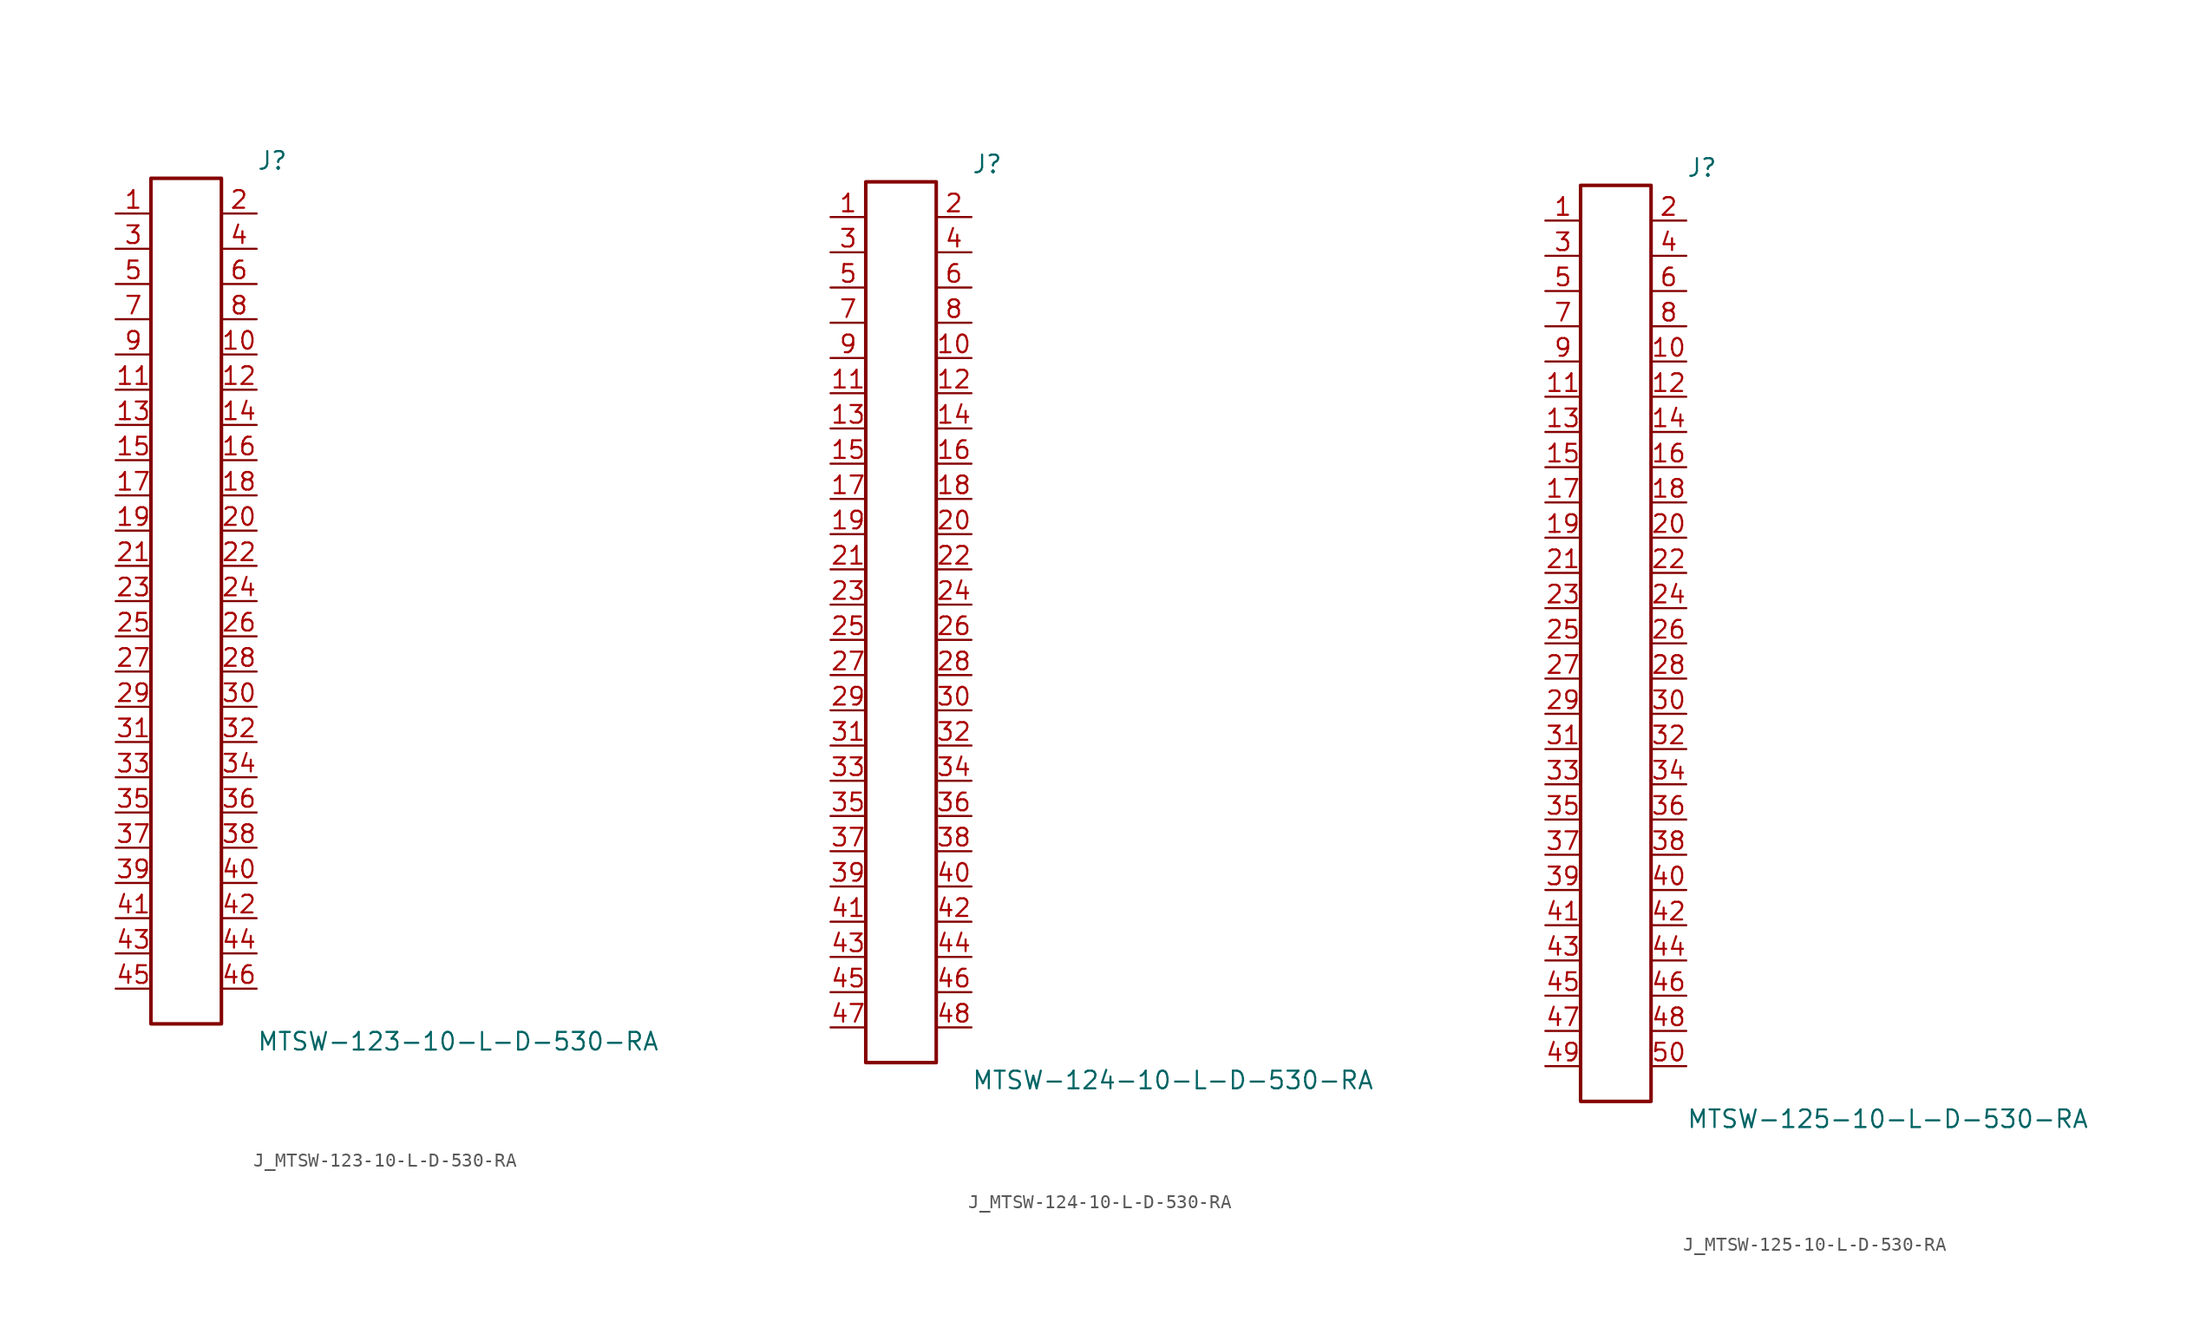
<source format=kicad_sym>
(kicad_symbol_lib
  (version 20231120)
  (generator kicad_symbol_editor)
  (generator_version 8.0)
  (symbol "J_MTSW-123-10-L-D-530-RA"
    (pin_names
      (offset 0.254))
    (property "Reference" "J"
      (at 5.08 31.75 0)
      (effects (font (size 1.27 1.27)) (justify left)))
    (property "Value" "MTSW-123-10-L-D-530-RA"
      (at 5.08 -31.75 0)
      (effects (font (size 1.27 1.27)) (justify left)))
    (symbol "J_MTSW-123-10-L-D-530-RA_0_0"
      (pin passive line (at -5.08 27.94 0) (length 2.54) (name "" (effects (font (size 1.27 1.27)))) (number "1" (effects (font (size 1.27 1.27)))))
      (pin passive line (at 5.08 27.94 180) (length 2.54) (name "" (effects (font (size 1.27 1.27)))) (number "2" (effects (font (size 1.27 1.27)))))
      (pin passive line (at -5.08 25.4 0) (length 2.54) (name "" (effects (font (size 1.27 1.27)))) (number "3" (effects (font (size 1.27 1.27)))))
      (pin passive line (at 5.08 25.4 180) (length 2.54) (name "" (effects (font (size 1.27 1.27)))) (number "4" (effects (font (size 1.27 1.27)))))
      (pin passive line (at -5.08 22.86 0) (length 2.54) (name "" (effects (font (size 1.27 1.27)))) (number "5" (effects (font (size 1.27 1.27)))))
      (pin passive line (at 5.08 22.86 180) (length 2.54) (name "" (effects (font (size 1.27 1.27)))) (number "6" (effects (font (size 1.27 1.27)))))
      (pin passive line (at -5.08 20.32 0) (length 2.54) (name "" (effects (font (size 1.27 1.27)))) (number "7" (effects (font (size 1.27 1.27)))))
      (pin passive line (at 5.08 20.32 180) (length 2.54) (name "" (effects (font (size 1.27 1.27)))) (number "8" (effects (font (size 1.27 1.27)))))
      (pin passive line (at -5.08 17.78 0) (length 2.54) (name "" (effects (font (size 1.27 1.27)))) (number "9" (effects (font (size 1.27 1.27)))))
      (pin passive line (at 5.08 17.78 180) (length 2.54) (name "" (effects (font (size 1.27 1.27)))) (number "10" (effects (font (size 1.27 1.27)))))
      (pin passive line (at -5.08 15.24 0) (length 2.54) (name "" (effects (font (size 1.27 1.27)))) (number "11" (effects (font (size 1.27 1.27)))))
      (pin passive line (at 5.08 15.24 180) (length 2.54) (name "" (effects (font (size 1.27 1.27)))) (number "12" (effects (font (size 1.27 1.27)))))
      (pin passive line (at -5.08 12.7 0) (length 2.54) (name "" (effects (font (size 1.27 1.27)))) (number "13" (effects (font (size 1.27 1.27)))))
      (pin passive line (at 5.08 12.7 180) (length 2.54) (name "" (effects (font (size 1.27 1.27)))) (number "14" (effects (font (size 1.27 1.27)))))
      (pin passive line (at -5.08 10.16 0) (length 2.54) (name "" (effects (font (size 1.27 1.27)))) (number "15" (effects (font (size 1.27 1.27)))))
      (pin passive line (at 5.08 10.16 180) (length 2.54) (name "" (effects (font (size 1.27 1.27)))) (number "16" (effects (font (size 1.27 1.27)))))
      (pin passive line (at -5.08 7.62 0) (length 2.54) (name "" (effects (font (size 1.27 1.27)))) (number "17" (effects (font (size 1.27 1.27)))))
      (pin passive line (at 5.08 7.62 180) (length 2.54) (name "" (effects (font (size 1.27 1.27)))) (number "18" (effects (font (size 1.27 1.27)))))
      (pin passive line (at -5.08 5.08 0) (length 2.54) (name "" (effects (font (size 1.27 1.27)))) (number "19" (effects (font (size 1.27 1.27)))))
      (pin passive line (at 5.08 5.08 180) (length 2.54) (name "" (effects (font (size 1.27 1.27)))) (number "20" (effects (font (size 1.27 1.27)))))
      (pin passive line (at -5.08 2.54 0) (length 2.54) (name "" (effects (font (size 1.27 1.27)))) (number "21" (effects (font (size 1.27 1.27)))))
      (pin passive line (at 5.08 2.54 180) (length 2.54) (name "" (effects (font (size 1.27 1.27)))) (number "22" (effects (font (size 1.27 1.27)))))
      (pin passive line (at -5.08 0.0 0) (length 2.54) (name "" (effects (font (size 1.27 1.27)))) (number "23" (effects (font (size 1.27 1.27)))))
      (pin passive line (at 5.08 0.0 180) (length 2.54) (name "" (effects (font (size 1.27 1.27)))) (number "24" (effects (font (size 1.27 1.27)))))
      (pin passive line (at -5.08 -2.54 0) (length 2.54) (name "" (effects (font (size 1.27 1.27)))) (number "25" (effects (font (size 1.27 1.27)))))
      (pin passive line (at 5.08 -2.54 180) (length 2.54) (name "" (effects (font (size 1.27 1.27)))) (number "26" (effects (font (size 1.27 1.27)))))
      (pin passive line (at -5.08 -5.08 0) (length 2.54) (name "" (effects (font (size 1.27 1.27)))) (number "27" (effects (font (size 1.27 1.27)))))
      (pin passive line (at 5.08 -5.08 180) (length 2.54) (name "" (effects (font (size 1.27 1.27)))) (number "28" (effects (font (size 1.27 1.27)))))
      (pin passive line (at -5.08 -7.62 0) (length 2.54) (name "" (effects (font (size 1.27 1.27)))) (number "29" (effects (font (size 1.27 1.27)))))
      (pin passive line (at 5.08 -7.62 180) (length 2.54) (name "" (effects (font (size 1.27 1.27)))) (number "30" (effects (font (size 1.27 1.27)))))
      (pin passive line (at -5.08 -10.16 0) (length 2.54) (name "" (effects (font (size 1.27 1.27)))) (number "31" (effects (font (size 1.27 1.27)))))
      (pin passive line (at 5.08 -10.16 180) (length 2.54) (name "" (effects (font (size 1.27 1.27)))) (number "32" (effects (font (size 1.27 1.27)))))
      (pin passive line (at -5.08 -12.7 0) (length 2.54) (name "" (effects (font (size 1.27 1.27)))) (number "33" (effects (font (size 1.27 1.27)))))
      (pin passive line (at 5.08 -12.7 180) (length 2.54) (name "" (effects (font (size 1.27 1.27)))) (number "34" (effects (font (size 1.27 1.27)))))
      (pin passive line (at -5.08 -15.24 0) (length 2.54) (name "" (effects (font (size 1.27 1.27)))) (number "35" (effects (font (size 1.27 1.27)))))
      (pin passive line (at 5.08 -15.24 180) (length 2.54) (name "" (effects (font (size 1.27 1.27)))) (number "36" (effects (font (size 1.27 1.27)))))
      (pin passive line (at -5.08 -17.78 0) (length 2.54) (name "" (effects (font (size 1.27 1.27)))) (number "37" (effects (font (size 1.27 1.27)))))
      (pin passive line (at 5.08 -17.78 180) (length 2.54) (name "" (effects (font (size 1.27 1.27)))) (number "38" (effects (font (size 1.27 1.27)))))
      (pin passive line (at -5.08 -20.32 0) (length 2.54) (name "" (effects (font (size 1.27 1.27)))) (number "39" (effects (font (size 1.27 1.27)))))
      (pin passive line (at 5.08 -20.32 180) (length 2.54) (name "" (effects (font (size 1.27 1.27)))) (number "40" (effects (font (size 1.27 1.27)))))
      (pin passive line (at -5.08 -22.86 0) (length 2.54) (name "" (effects (font (size 1.27 1.27)))) (number "41" (effects (font (size 1.27 1.27)))))
      (pin passive line (at 5.08 -22.86 180) (length 2.54) (name "" (effects (font (size 1.27 1.27)))) (number "42" (effects (font (size 1.27 1.27)))))
      (pin passive line (at -5.08 -25.4 0) (length 2.54) (name "" (effects (font (size 1.27 1.27)))) (number "43" (effects (font (size 1.27 1.27)))))
      (pin passive line (at 5.08 -25.4 180) (length 2.54) (name "" (effects (font (size 1.27 1.27)))) (number "44" (effects (font (size 1.27 1.27)))))
      (pin passive line (at -5.08 -27.94 0) (length 2.54) (name "" (effects (font (size 1.27 1.27)))) (number "45" (effects (font (size 1.27 1.27)))))
      (pin passive line (at 5.08 -27.94 180) (length 2.54) (name "" (effects (font (size 1.27 1.27)))) (number "46" (effects (font (size 1.27 1.27))))))
    (symbol "J_MTSW-123-10-L-D-530-RA_1_0"
      (rectangle (start -2.54 30.48) (end 2.54 -30.48) (stroke (width 0.254) (type solid)) (fill (type none)))))
  (symbol "J_MTSW-124-10-L-D-530-RA"
    (pin_names
      (offset 0.254))
    (property "Reference" "J"
      (at 5.08 33.02 0)
      (effects (font (size 1.27 1.27)) (justify left)))
    (property "Value" "MTSW-124-10-L-D-530-RA"
      (at 5.08 -33.02 0)
      (effects (font (size 1.27 1.27)) (justify left)))
    (symbol "J_MTSW-124-10-L-D-530-RA_0_0"
      (pin passive line (at -5.08 29.21 0) (length 2.54) (name "" (effects (font (size 1.27 1.27)))) (number "1" (effects (font (size 1.27 1.27)))))
      (pin passive line (at 5.08 29.21 180) (length 2.54) (name "" (effects (font (size 1.27 1.27)))) (number "2" (effects (font (size 1.27 1.27)))))
      (pin passive line (at -5.08 26.67 0) (length 2.54) (name "" (effects (font (size 1.27 1.27)))) (number "3" (effects (font (size 1.27 1.27)))))
      (pin passive line (at 5.08 26.67 180) (length 2.54) (name "" (effects (font (size 1.27 1.27)))) (number "4" (effects (font (size 1.27 1.27)))))
      (pin passive line (at -5.08 24.13 0) (length 2.54) (name "" (effects (font (size 1.27 1.27)))) (number "5" (effects (font (size 1.27 1.27)))))
      (pin passive line (at 5.08 24.13 180) (length 2.54) (name "" (effects (font (size 1.27 1.27)))) (number "6" (effects (font (size 1.27 1.27)))))
      (pin passive line (at -5.08 21.59 0) (length 2.54) (name "" (effects (font (size 1.27 1.27)))) (number "7" (effects (font (size 1.27 1.27)))))
      (pin passive line (at 5.08 21.59 180) (length 2.54) (name "" (effects (font (size 1.27 1.27)))) (number "8" (effects (font (size 1.27 1.27)))))
      (pin passive line (at -5.08 19.05 0) (length 2.54) (name "" (effects (font (size 1.27 1.27)))) (number "9" (effects (font (size 1.27 1.27)))))
      (pin passive line (at 5.08 19.05 180) (length 2.54) (name "" (effects (font (size 1.27 1.27)))) (number "10" (effects (font (size 1.27 1.27)))))
      (pin passive line (at -5.08 16.51 0) (length 2.54) (name "" (effects (font (size 1.27 1.27)))) (number "11" (effects (font (size 1.27 1.27)))))
      (pin passive line (at 5.08 16.51 180) (length 2.54) (name "" (effects (font (size 1.27 1.27)))) (number "12" (effects (font (size 1.27 1.27)))))
      (pin passive line (at -5.08 13.97 0) (length 2.54) (name "" (effects (font (size 1.27 1.27)))) (number "13" (effects (font (size 1.27 1.27)))))
      (pin passive line (at 5.08 13.97 180) (length 2.54) (name "" (effects (font (size 1.27 1.27)))) (number "14" (effects (font (size 1.27 1.27)))))
      (pin passive line (at -5.08 11.43 0) (length 2.54) (name "" (effects (font (size 1.27 1.27)))) (number "15" (effects (font (size 1.27 1.27)))))
      (pin passive line (at 5.08 11.43 180) (length 2.54) (name "" (effects (font (size 1.27 1.27)))) (number "16" (effects (font (size 1.27 1.27)))))
      (pin passive line (at -5.08 8.89 0) (length 2.54) (name "" (effects (font (size 1.27 1.27)))) (number "17" (effects (font (size 1.27 1.27)))))
      (pin passive line (at 5.08 8.89 180) (length 2.54) (name "" (effects (font (size 1.27 1.27)))) (number "18" (effects (font (size 1.27 1.27)))))
      (pin passive line (at -5.08 6.35 0) (length 2.54) (name "" (effects (font (size 1.27 1.27)))) (number "19" (effects (font (size 1.27 1.27)))))
      (pin passive line (at 5.08 6.35 180) (length 2.54) (name "" (effects (font (size 1.27 1.27)))) (number "20" (effects (font (size 1.27 1.27)))))
      (pin passive line (at -5.08 3.81 0) (length 2.54) (name "" (effects (font (size 1.27 1.27)))) (number "21" (effects (font (size 1.27 1.27)))))
      (pin passive line (at 5.08 3.81 180) (length 2.54) (name "" (effects (font (size 1.27 1.27)))) (number "22" (effects (font (size 1.27 1.27)))))
      (pin passive line (at -5.08 1.27 0) (length 2.54) (name "" (effects (font (size 1.27 1.27)))) (number "23" (effects (font (size 1.27 1.27)))))
      (pin passive line (at 5.08 1.27 180) (length 2.54) (name "" (effects (font (size 1.27 1.27)))) (number "24" (effects (font (size 1.27 1.27)))))
      (pin passive line (at -5.08 -1.27 0) (length 2.54) (name "" (effects (font (size 1.27 1.27)))) (number "25" (effects (font (size 1.27 1.27)))))
      (pin passive line (at 5.08 -1.27 180) (length 2.54) (name "" (effects (font (size 1.27 1.27)))) (number "26" (effects (font (size 1.27 1.27)))))
      (pin passive line (at -5.08 -3.81 0) (length 2.54) (name "" (effects (font (size 1.27 1.27)))) (number "27" (effects (font (size 1.27 1.27)))))
      (pin passive line (at 5.08 -3.81 180) (length 2.54) (name "" (effects (font (size 1.27 1.27)))) (number "28" (effects (font (size 1.27 1.27)))))
      (pin passive line (at -5.08 -6.35 0) (length 2.54) (name "" (effects (font (size 1.27 1.27)))) (number "29" (effects (font (size 1.27 1.27)))))
      (pin passive line (at 5.08 -6.35 180) (length 2.54) (name "" (effects (font (size 1.27 1.27)))) (number "30" (effects (font (size 1.27 1.27)))))
      (pin passive line (at -5.08 -8.89 0) (length 2.54) (name "" (effects (font (size 1.27 1.27)))) (number "31" (effects (font (size 1.27 1.27)))))
      (pin passive line (at 5.08 -8.89 180) (length 2.54) (name "" (effects (font (size 1.27 1.27)))) (number "32" (effects (font (size 1.27 1.27)))))
      (pin passive line (at -5.08 -11.43 0) (length 2.54) (name "" (effects (font (size 1.27 1.27)))) (number "33" (effects (font (size 1.27 1.27)))))
      (pin passive line (at 5.08 -11.43 180) (length 2.54) (name "" (effects (font (size 1.27 1.27)))) (number "34" (effects (font (size 1.27 1.27)))))
      (pin passive line (at -5.08 -13.97 0) (length 2.54) (name "" (effects (font (size 1.27 1.27)))) (number "35" (effects (font (size 1.27 1.27)))))
      (pin passive line (at 5.08 -13.97 180) (length 2.54) (name "" (effects (font (size 1.27 1.27)))) (number "36" (effects (font (size 1.27 1.27)))))
      (pin passive line (at -5.08 -16.51 0) (length 2.54) (name "" (effects (font (size 1.27 1.27)))) (number "37" (effects (font (size 1.27 1.27)))))
      (pin passive line (at 5.08 -16.51 180) (length 2.54) (name "" (effects (font (size 1.27 1.27)))) (number "38" (effects (font (size 1.27 1.27)))))
      (pin passive line (at -5.08 -19.05 0) (length 2.54) (name "" (effects (font (size 1.27 1.27)))) (number "39" (effects (font (size 1.27 1.27)))))
      (pin passive line (at 5.08 -19.05 180) (length 2.54) (name "" (effects (font (size 1.27 1.27)))) (number "40" (effects (font (size 1.27 1.27)))))
      (pin passive line (at -5.08 -21.59 0) (length 2.54) (name "" (effects (font (size 1.27 1.27)))) (number "41" (effects (font (size 1.27 1.27)))))
      (pin passive line (at 5.08 -21.59 180) (length 2.54) (name "" (effects (font (size 1.27 1.27)))) (number "42" (effects (font (size 1.27 1.27)))))
      (pin passive line (at -5.08 -24.13 0) (length 2.54) (name "" (effects (font (size 1.27 1.27)))) (number "43" (effects (font (size 1.27 1.27)))))
      (pin passive line (at 5.08 -24.13 180) (length 2.54) (name "" (effects (font (size 1.27 1.27)))) (number "44" (effects (font (size 1.27 1.27)))))
      (pin passive line (at -5.08 -26.67 0) (length 2.54) (name "" (effects (font (size 1.27 1.27)))) (number "45" (effects (font (size 1.27 1.27)))))
      (pin passive line (at 5.08 -26.67 180) (length 2.54) (name "" (effects (font (size 1.27 1.27)))) (number "46" (effects (font (size 1.27 1.27)))))
      (pin passive line (at -5.08 -29.21 0) (length 2.54) (name "" (effects (font (size 1.27 1.27)))) (number "47" (effects (font (size 1.27 1.27)))))
      (pin passive line (at 5.08 -29.21 180) (length 2.54) (name "" (effects (font (size 1.27 1.27)))) (number "48" (effects (font (size 1.27 1.27))))))
    (symbol "J_MTSW-124-10-L-D-530-RA_1_0"
      (rectangle (start -2.54 31.75) (end 2.54 -31.75) (stroke (width 0.254) (type solid)) (fill (type none)))))
  (symbol "J_MTSW-125-10-L-D-530-RA"
    (pin_names
      (offset 0.254))
    (property "Reference" "J"
      (at 5.08 34.29 0)
      (effects (font (size 1.27 1.27)) (justify left)))
    (property "Value" "MTSW-125-10-L-D-530-RA"
      (at 5.08 -34.29 0)
      (effects (font (size 1.27 1.27)) (justify left)))
    (symbol "J_MTSW-125-10-L-D-530-RA_0_0"
      (pin passive line (at -5.08 30.48 0) (length 2.54) (name "" (effects (font (size 1.27 1.27)))) (number "1" (effects (font (size 1.27 1.27)))))
      (pin passive line (at 5.08 30.48 180) (length 2.54) (name "" (effects (font (size 1.27 1.27)))) (number "2" (effects (font (size 1.27 1.27)))))
      (pin passive line (at -5.08 27.94 0) (length 2.54) (name "" (effects (font (size 1.27 1.27)))) (number "3" (effects (font (size 1.27 1.27)))))
      (pin passive line (at 5.08 27.94 180) (length 2.54) (name "" (effects (font (size 1.27 1.27)))) (number "4" (effects (font (size 1.27 1.27)))))
      (pin passive line (at -5.08 25.4 0) (length 2.54) (name "" (effects (font (size 1.27 1.27)))) (number "5" (effects (font (size 1.27 1.27)))))
      (pin passive line (at 5.08 25.4 180) (length 2.54) (name "" (effects (font (size 1.27 1.27)))) (number "6" (effects (font (size 1.27 1.27)))))
      (pin passive line (at -5.08 22.86 0) (length 2.54) (name "" (effects (font (size 1.27 1.27)))) (number "7" (effects (font (size 1.27 1.27)))))
      (pin passive line (at 5.08 22.86 180) (length 2.54) (name "" (effects (font (size 1.27 1.27)))) (number "8" (effects (font (size 1.27 1.27)))))
      (pin passive line (at -5.08 20.32 0) (length 2.54) (name "" (effects (font (size 1.27 1.27)))) (number "9" (effects (font (size 1.27 1.27)))))
      (pin passive line (at 5.08 20.32 180) (length 2.54) (name "" (effects (font (size 1.27 1.27)))) (number "10" (effects (font (size 1.27 1.27)))))
      (pin passive line (at -5.08 17.78 0) (length 2.54) (name "" (effects (font (size 1.27 1.27)))) (number "11" (effects (font (size 1.27 1.27)))))
      (pin passive line (at 5.08 17.78 180) (length 2.54) (name "" (effects (font (size 1.27 1.27)))) (number "12" (effects (font (size 1.27 1.27)))))
      (pin passive line (at -5.08 15.24 0) (length 2.54) (name "" (effects (font (size 1.27 1.27)))) (number "13" (effects (font (size 1.27 1.27)))))
      (pin passive line (at 5.08 15.24 180) (length 2.54) (name "" (effects (font (size 1.27 1.27)))) (number "14" (effects (font (size 1.27 1.27)))))
      (pin passive line (at -5.08 12.7 0) (length 2.54) (name "" (effects (font (size 1.27 1.27)))) (number "15" (effects (font (size 1.27 1.27)))))
      (pin passive line (at 5.08 12.7 180) (length 2.54) (name "" (effects (font (size 1.27 1.27)))) (number "16" (effects (font (size 1.27 1.27)))))
      (pin passive line (at -5.08 10.16 0) (length 2.54) (name "" (effects (font (size 1.27 1.27)))) (number "17" (effects (font (size 1.27 1.27)))))
      (pin passive line (at 5.08 10.16 180) (length 2.54) (name "" (effects (font (size 1.27 1.27)))) (number "18" (effects (font (size 1.27 1.27)))))
      (pin passive line (at -5.08 7.62 0) (length 2.54) (name "" (effects (font (size 1.27 1.27)))) (number "19" (effects (font (size 1.27 1.27)))))
      (pin passive line (at 5.08 7.62 180) (length 2.54) (name "" (effects (font (size 1.27 1.27)))) (number "20" (effects (font (size 1.27 1.27)))))
      (pin passive line (at -5.08 5.08 0) (length 2.54) (name "" (effects (font (size 1.27 1.27)))) (number "21" (effects (font (size 1.27 1.27)))))
      (pin passive line (at 5.08 5.08 180) (length 2.54) (name "" (effects (font (size 1.27 1.27)))) (number "22" (effects (font (size 1.27 1.27)))))
      (pin passive line (at -5.08 2.54 0) (length 2.54) (name "" (effects (font (size 1.27 1.27)))) (number "23" (effects (font (size 1.27 1.27)))))
      (pin passive line (at 5.08 2.54 180) (length 2.54) (name "" (effects (font (size 1.27 1.27)))) (number "24" (effects (font (size 1.27 1.27)))))
      (pin passive line (at -5.08 0.0 0) (length 2.54) (name "" (effects (font (size 1.27 1.27)))) (number "25" (effects (font (size 1.27 1.27)))))
      (pin passive line (at 5.08 0.0 180) (length 2.54) (name "" (effects (font (size 1.27 1.27)))) (number "26" (effects (font (size 1.27 1.27)))))
      (pin passive line (at -5.08 -2.54 0) (length 2.54) (name "" (effects (font (size 1.27 1.27)))) (number "27" (effects (font (size 1.27 1.27)))))
      (pin passive line (at 5.08 -2.54 180) (length 2.54) (name "" (effects (font (size 1.27 1.27)))) (number "28" (effects (font (size 1.27 1.27)))))
      (pin passive line (at -5.08 -5.08 0) (length 2.54) (name "" (effects (font (size 1.27 1.27)))) (number "29" (effects (font (size 1.27 1.27)))))
      (pin passive line (at 5.08 -5.08 180) (length 2.54) (name "" (effects (font (size 1.27 1.27)))) (number "30" (effects (font (size 1.27 1.27)))))
      (pin passive line (at -5.08 -7.62 0) (length 2.54) (name "" (effects (font (size 1.27 1.27)))) (number "31" (effects (font (size 1.27 1.27)))))
      (pin passive line (at 5.08 -7.62 180) (length 2.54) (name "" (effects (font (size 1.27 1.27)))) (number "32" (effects (font (size 1.27 1.27)))))
      (pin passive line (at -5.08 -10.16 0) (length 2.54) (name "" (effects (font (size 1.27 1.27)))) (number "33" (effects (font (size 1.27 1.27)))))
      (pin passive line (at 5.08 -10.16 180) (length 2.54) (name "" (effects (font (size 1.27 1.27)))) (number "34" (effects (font (size 1.27 1.27)))))
      (pin passive line (at -5.08 -12.7 0) (length 2.54) (name "" (effects (font (size 1.27 1.27)))) (number "35" (effects (font (size 1.27 1.27)))))
      (pin passive line (at 5.08 -12.7 180) (length 2.54) (name "" (effects (font (size 1.27 1.27)))) (number "36" (effects (font (size 1.27 1.27)))))
      (pin passive line (at -5.08 -15.24 0) (length 2.54) (name "" (effects (font (size 1.27 1.27)))) (number "37" (effects (font (size 1.27 1.27)))))
      (pin passive line (at 5.08 -15.24 180) (length 2.54) (name "" (effects (font (size 1.27 1.27)))) (number "38" (effects (font (size 1.27 1.27)))))
      (pin passive line (at -5.08 -17.78 0) (length 2.54) (name "" (effects (font (size 1.27 1.27)))) (number "39" (effects (font (size 1.27 1.27)))))
      (pin passive line (at 5.08 -17.78 180) (length 2.54) (name "" (effects (font (size 1.27 1.27)))) (number "40" (effects (font (size 1.27 1.27)))))
      (pin passive line (at -5.08 -20.32 0) (length 2.54) (name "" (effects (font (size 1.27 1.27)))) (number "41" (effects (font (size 1.27 1.27)))))
      (pin passive line (at 5.08 -20.32 180) (length 2.54) (name "" (effects (font (size 1.27 1.27)))) (number "42" (effects (font (size 1.27 1.27)))))
      (pin passive line (at -5.08 -22.86 0) (length 2.54) (name "" (effects (font (size 1.27 1.27)))) (number "43" (effects (font (size 1.27 1.27)))))
      (pin passive line (at 5.08 -22.86 180) (length 2.54) (name "" (effects (font (size 1.27 1.27)))) (number "44" (effects (font (size 1.27 1.27)))))
      (pin passive line (at -5.08 -25.4 0) (length 2.54) (name "" (effects (font (size 1.27 1.27)))) (number "45" (effects (font (size 1.27 1.27)))))
      (pin passive line (at 5.08 -25.4 180) (length 2.54) (name "" (effects (font (size 1.27 1.27)))) (number "46" (effects (font (size 1.27 1.27)))))
      (pin passive line (at -5.08 -27.94 0) (length 2.54) (name "" (effects (font (size 1.27 1.27)))) (number "47" (effects (font (size 1.27 1.27)))))
      (pin passive line (at 5.08 -27.94 180) (length 2.54) (name "" (effects (font (size 1.27 1.27)))) (number "48" (effects (font (size 1.27 1.27)))))
      (pin passive line (at -5.08 -30.48 0) (length 2.54) (name "" (effects (font (size 1.27 1.27)))) (number "49" (effects (font (size 1.27 1.27)))))
      (pin passive line (at 5.08 -30.48 180) (length 2.54) (name "" (effects (font (size 1.27 1.27)))) (number "50" (effects (font (size 1.27 1.27))))))
    (symbol "J_MTSW-125-10-L-D-530-RA_1_0"
      (rectangle (start -2.54 33.02) (end 2.54 -33.02) (stroke (width 0.254) (type solid)) (fill (type none))))))
</source>
